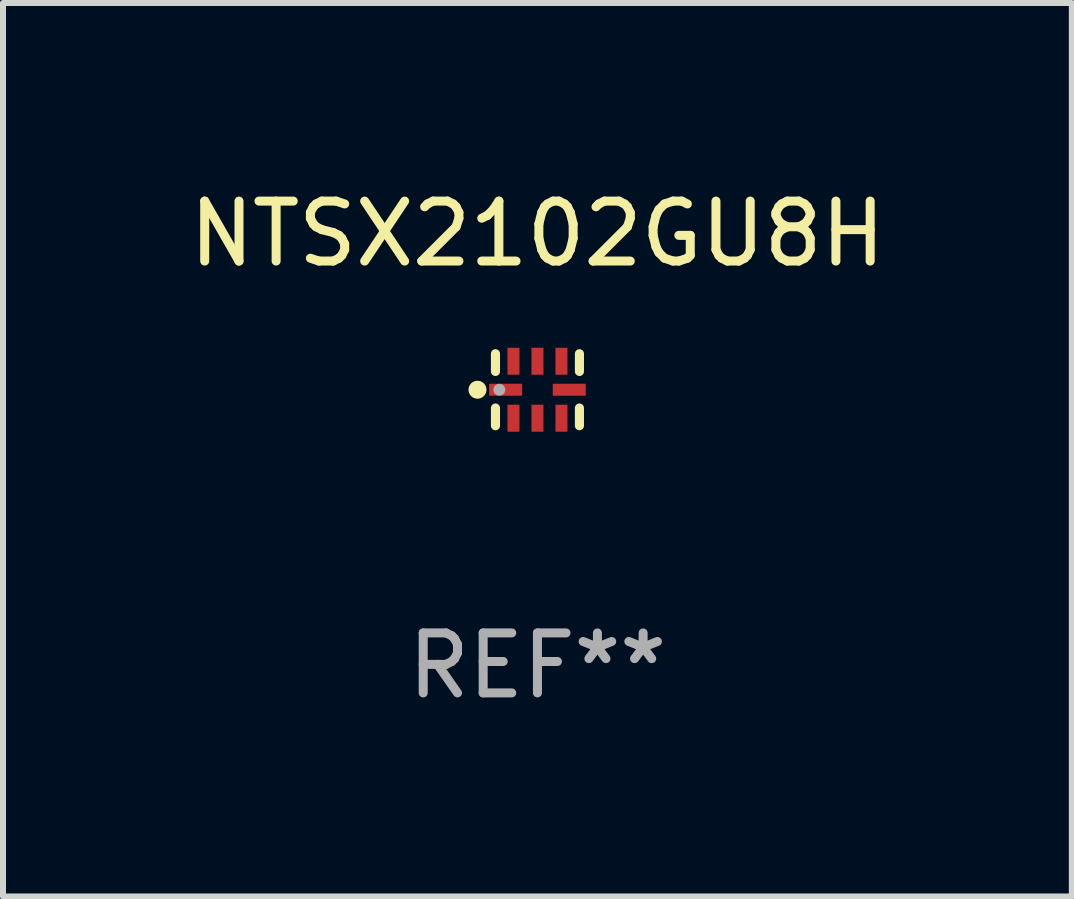
<source format=kicad_pcb>
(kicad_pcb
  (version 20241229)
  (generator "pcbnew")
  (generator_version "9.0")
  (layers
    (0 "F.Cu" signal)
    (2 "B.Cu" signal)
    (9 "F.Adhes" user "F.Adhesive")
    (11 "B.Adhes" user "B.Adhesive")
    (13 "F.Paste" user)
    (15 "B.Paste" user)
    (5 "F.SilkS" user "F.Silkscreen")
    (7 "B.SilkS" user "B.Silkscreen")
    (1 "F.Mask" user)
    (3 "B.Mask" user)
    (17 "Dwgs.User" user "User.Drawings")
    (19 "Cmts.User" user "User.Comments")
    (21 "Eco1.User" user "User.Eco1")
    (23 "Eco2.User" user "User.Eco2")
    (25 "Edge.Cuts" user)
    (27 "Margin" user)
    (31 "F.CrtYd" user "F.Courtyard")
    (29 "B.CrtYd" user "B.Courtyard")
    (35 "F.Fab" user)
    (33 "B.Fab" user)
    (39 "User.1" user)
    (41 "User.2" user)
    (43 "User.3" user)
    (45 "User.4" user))
  (footprint "NTSX2102GU8H"
    (layer "F.Cu")
    (at 5.911 3.448)
    (property "Reference" "NTSX2102GU8H" (at 0 -2.6 0) (layer "F.SilkS") (effects (font (size 1 1) (thickness 0.15))))
    (attr through_hole)
    (fp_line (start -0.7 -0.305) (end -0.7 -0.6) (stroke (width 0.152) (type solid)) (layer "F.SilkS"))
    (fp_line (start -0.7 0.6) (end -0.7 0.305) (stroke (width 0.152) (type solid)) (layer "F.SilkS"))
    (fp_line (start 0.7 -0.6) (end 0.7 -0.305) (stroke (width 0.152) (type solid)) (layer "F.SilkS"))
    (fp_line (start 0.7 0.305) (end 0.7 0.6) (stroke (width 0.152) (type solid)) (layer "F.SilkS"))
    (fp_circle (center -1 0.000025) (end -0.925 0.000025) (stroke (width 0.15) (type solid)) (fill no) (layer "F.SilkS"))
    (fp_circle (center -0.7 0.6) (end -0.67 0.6) (stroke (width 0.06) (type solid)) (fill no) (layer "F.SilkS"))
    (fp_circle (center -0.635 0.000025) (end -0.585 0.000025) (stroke (width 0.1) (type solid)) (fill no) (layer "F.Fab"))
    (fp_text user "REF**" (at 0 4.6 0) (layer "F.Fab") (effects (font (size 1 1) (thickness 0.15))))
    (pad "1" smd rect (at -0.53 0.000025 90) (size 0.2 0.55) (layers "F.Cu" "F.Mask" "F.Paste"))
    (pad "2" smd rect (at -0.4 0.475 90) (size 0.45 0.2) (layers "F.Cu" "F.Mask" "F.Paste"))
    (pad "3" smd rect (at 0.000025 0.475 90) (size 0.45 0.2) (layers "F.Cu" "F.Mask" "F.Paste"))
    (pad "4" smd rect (at 0.4 0.475 90) (size 0.45 0.2) (layers "F.Cu" "F.Mask" "F.Paste"))
    (pad "5" smd rect (at 0.53 0.000025 90) (size 0.2 0.55) (layers "F.Cu" "F.Mask" "F.Paste"))
    (pad "6" smd rect (at 0.4 -0.475 90) (size 0.45 0.2) (layers "F.Cu" "F.Mask" "F.Paste"))
    (pad "7" smd rect (at 0.000025 -0.475 90) (size 0.45 0.2) (layers "F.Cu" "F.Mask" "F.Paste"))
    (pad "8" smd rect (at -0.4 -0.475 90) (size 0.45 0.2) (layers "F.Cu" "F.Mask" "F.Paste")))
  (gr_rect
    (start -3 -3)
    (end 14.821 11.897)
    (stroke (width 0.1) (type default))
    (fill no)
    (layer "Edge.Cuts")))
</source>
